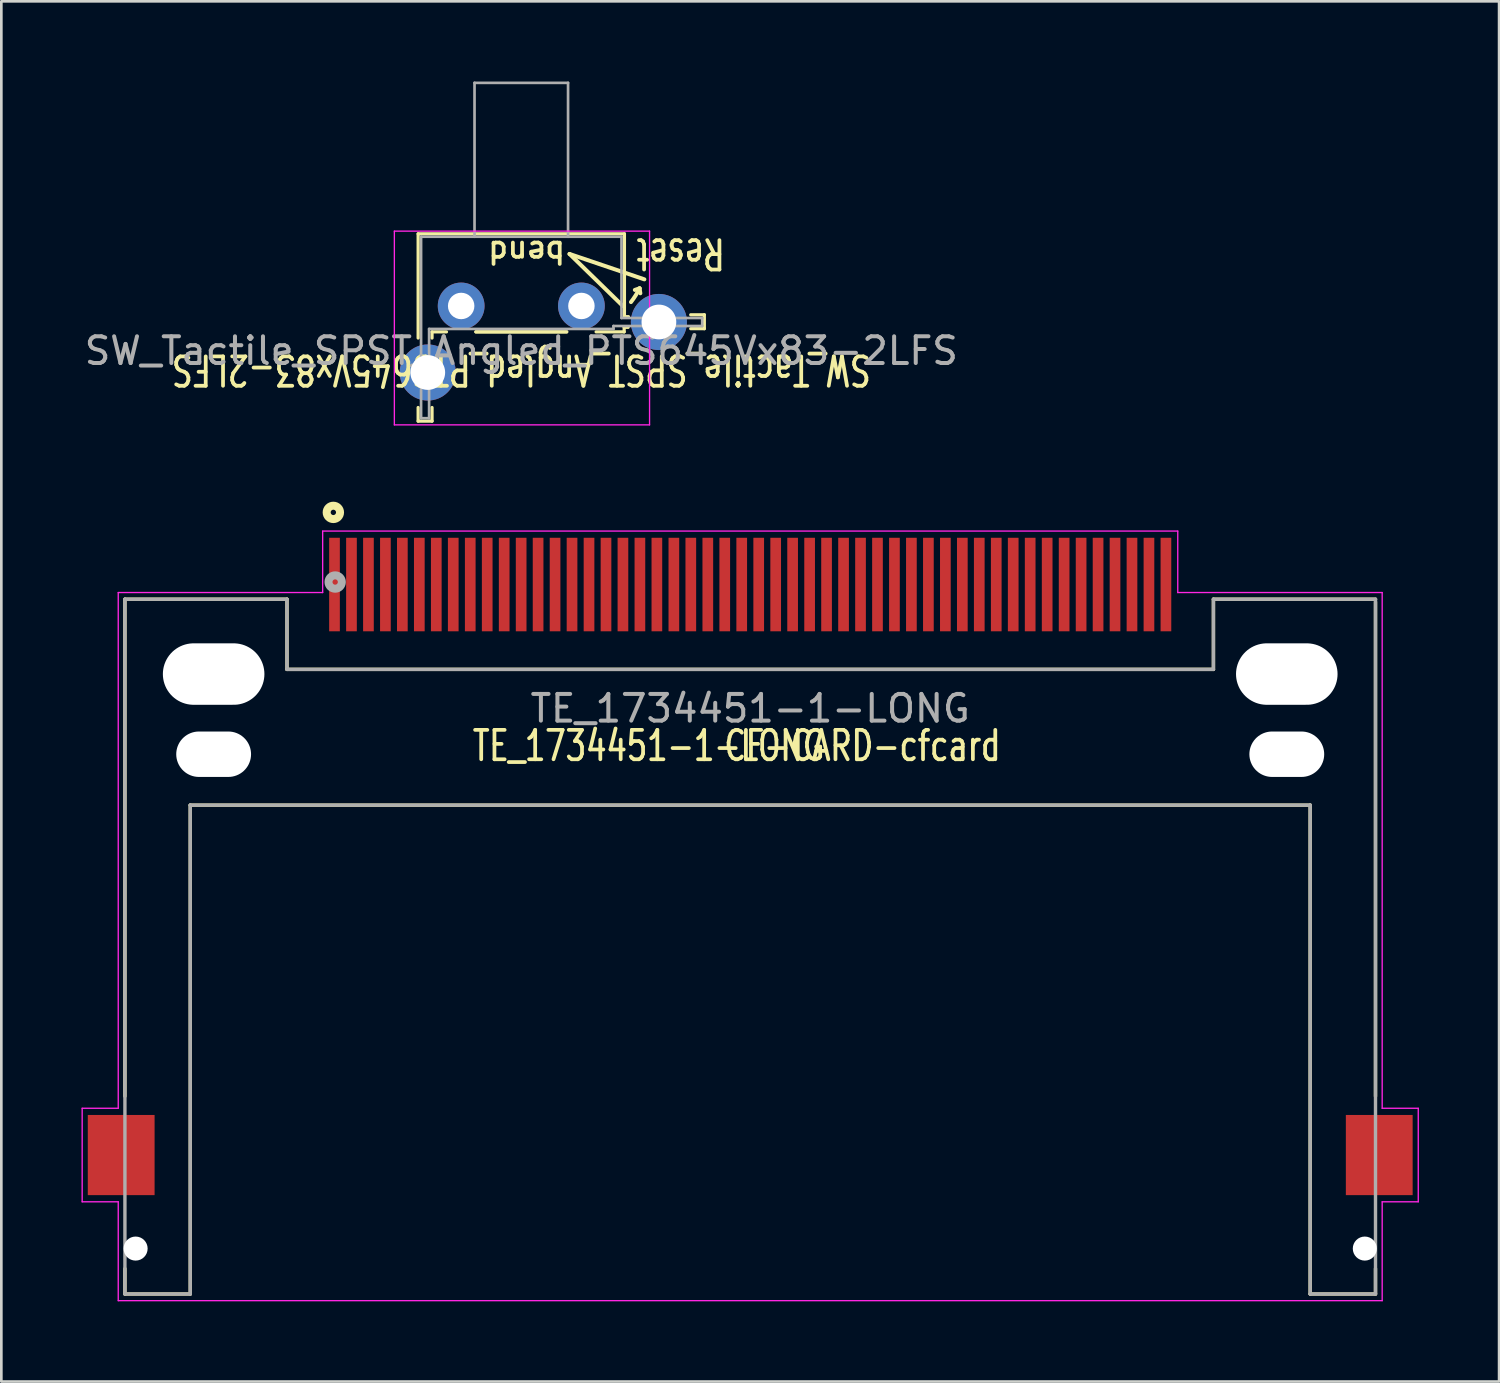
<source format=kicad_pcb>
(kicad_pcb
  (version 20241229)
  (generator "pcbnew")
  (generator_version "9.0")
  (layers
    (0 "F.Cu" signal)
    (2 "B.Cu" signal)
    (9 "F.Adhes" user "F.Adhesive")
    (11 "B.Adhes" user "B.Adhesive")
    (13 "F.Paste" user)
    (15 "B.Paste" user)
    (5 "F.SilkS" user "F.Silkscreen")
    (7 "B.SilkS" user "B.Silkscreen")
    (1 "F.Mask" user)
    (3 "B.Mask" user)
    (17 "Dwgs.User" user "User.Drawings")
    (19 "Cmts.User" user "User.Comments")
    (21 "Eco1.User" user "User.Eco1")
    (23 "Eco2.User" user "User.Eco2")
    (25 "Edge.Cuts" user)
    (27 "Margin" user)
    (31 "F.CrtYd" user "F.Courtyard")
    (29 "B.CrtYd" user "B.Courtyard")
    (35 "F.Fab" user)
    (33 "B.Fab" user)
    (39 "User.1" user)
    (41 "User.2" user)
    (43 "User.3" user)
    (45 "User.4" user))
  (footprint "SW_Tactile_SPST_Angled_PTS645Vx83-2LFS"
    (layer "F.Cu")
    (at 14.208 8.4)
    (property "Reference" "SW_Tactile_SPST_Angled_PTS645Vx83-2LFS" (at 2.25 2.388 180) (unlocked yes) (layer "F.SilkS") (effects (font (size 1.1 0.8) (thickness 0.14))))
    (attr through_hole)
    (fp_line (start -1.61 -2.7) (end -1.61 1.2) (stroke (width 0.12) (type solid)) (layer "F.SilkS"))
    (fp_line (start -1.61 -2.7) (end 6.11 -2.7) (stroke (width 0.12) (type solid)) (layer "F.SilkS"))
    (fp_line (start -1.61 3.8) (end -1.61 4.31) (stroke (width 0.12) (type solid)) (layer "F.SilkS"))
    (fp_line (start -1.61 4.31) (end -1.09 4.31) (stroke (width 0.12) (type solid)) (layer "F.SilkS"))
    (fp_line (start -1.09 0.97) (end -1.09 1.2) (stroke (width 0.12) (type solid)) (layer "F.SilkS"))
    (fp_line (start -1.09 0.97) (end -0.55 0.97) (stroke (width 0.12) (type solid)) (layer "F.SilkS"))
    (fp_line (start -1.09 3.8) (end -1.09 4.31) (stroke (width 0.12) (type solid)) (layer "F.SilkS"))
    (fp_line (start 0.55 0.97) (end 3.95 0.97) (stroke (width 0.12) (type solid)) (layer "F.SilkS"))
    (fp_line (start 0.55 0.97) (end 3.95 0.97) (stroke (width 0.12) (type solid)) (layer "F.SilkS"))
    (fp_line (start 4.055 -1.946) (end 6.055 0.004) (stroke (width 0.15) (type solid)) (layer "F.SilkS"))
    (fp_line (start 4.055 -1.946) (end 6.855 -0.996) (stroke (width 0.15) (type solid)) (layer "F.SilkS"))
    (fp_line (start 5.05 0.97) (end 6.1 0.97) (stroke (width 0.12) (type solid)) (layer "F.SilkS"))
    (fp_line (start 6.1 0.8) (end 6.1 0.97) (stroke (width 0.12) (type solid)) (layer "F.SilkS"))
    (fp_line (start 6.1 0.8) (end 6.25 0.8) (stroke (width 0.12) (type solid)) (layer "F.SilkS"))
    (fp_line (start 6.11 -2.7) (end 6.11 0.4) (stroke (width 0.12) (type solid)) (layer "F.SilkS"))
    (fp_line (start 6.11 0.4) (end 6.26 0.4) (stroke (width 0.12) (type solid)) (layer "F.SilkS"))
    (fp_line (start 6.677 -0.66) (end 6.5 -0.6) (stroke (width 0.15) (type solid)) (layer "F.SilkS"))
    (fp_line (start 6.677 -0.66) (end 6.705 -0.475) (stroke (width 0.15) (type solid)) (layer "F.SilkS"))
    (fp_line (start 8.59 0.33) (end 9.1 0.33) (stroke (width 0.12) (type solid)) (layer "F.SilkS"))
    (fp_line (start 8.59 0.85) (end 9.1 0.85) (stroke (width 0.12) (type solid)) (layer "F.SilkS"))
    (fp_line (start 9.1 0.85) (end 9.1 0.33) (stroke (width 0.12) (type solid)) (layer "F.SilkS"))
    (fp_arc (start 6.676795 -0.659689) (mid 6.529112 -0.394464) (end 6.354697 -0.146001) (stroke (width 0.15) (type solid)) (layer "F.SilkS"))
    (fp_line (start -2.5 -2.8) (end 7.05 -2.8) (stroke (width 0.05) (type solid)) (layer "F.CrtYd"))
    (fp_line (start -2.5 4.45) (end -2.5 -2.8) (stroke (width 0.05) (type solid)) (layer "F.CrtYd"))
    (fp_line (start 7.05 -2.8) (end 7.05 4.45) (stroke (width 0.05) (type solid)) (layer "F.CrtYd"))
    (fp_line (start 7.05 4.45) (end -2.5 4.45) (stroke (width 0.05) (type solid)) (layer "F.CrtYd"))
    (fp_line (start -1.5 -2.59) (end 6 -2.59) (stroke (width 0.1) (type solid)) (layer "F.Fab"))
    (fp_line (start -1.5 4.2) (end -1.5 -2.59) (stroke (width 0.1) (type solid)) (layer "F.Fab"))
    (fp_line (start -1.5 4.2) (end -1.2 4.2) (stroke (width 0.1) (type solid)) (layer "F.Fab"))
    (fp_line (start -1.2 0.86) (end 5.7 0.86) (stroke (width 0.1) (type solid)) (layer "F.Fab"))
    (fp_line (start -1.2 4.2) (end -1.2 0.86) (stroke (width 0.1) (type solid)) (layer "F.Fab"))
    (fp_line (start 0.5 -8.35) (end 0.5 -2.59) (stroke (width 0.1) (type solid)) (layer "F.Fab"))
    (fp_line (start 0.5 -8.35) (end 4 -8.35) (stroke (width 0.1) (type solid)) (layer "F.Fab"))
    (fp_line (start 4 -8.35) (end 4 -2.59) (stroke (width 0.1) (type solid)) (layer "F.Fab"))
    (fp_line (start 5.7 0.75) (end 5.7 0.86) (stroke (width 0.1) (type solid)) (layer "F.Fab"))
    (fp_line (start 6 0.45) (end 6 -2.59) (stroke (width 0.1) (type solid)) (layer "F.Fab"))
    (fp_line (start 6 0.45) (end 9.02 0.45) (stroke (width 0.1) (type solid)) (layer "F.Fab"))
    (fp_line (start 9.02 0.75) (end 5.7 0.75) (stroke (width 0.1) (type solid)) (layer "F.Fab"))
    (fp_line (start 9.02 0.75) (end 9.02 0.45) (stroke (width 0.1) (type solid)) (layer "F.Fab"))
    (fp_text user "bend" (at 2.45 -2.01 180) (unlocked yes) (layer "F.SilkS") (effects (font (size 0.8 0.8) (thickness 0.14))))
    (fp_text user "Reset" (at 8.217 -1.962 180) (unlocked yes) (layer "F.SilkS") (effects (font (size 1.1 0.8) (thickness 0.14))))
    (fp_text user "${REFERENCE}" (at 2.25 1.68 180) (layer "F.Fab") (effects (font (size 1 1) (thickness 0.15))))
    (pad "" thru_hole circle (at -1.25 2.49) (size 2.1 2.1) (drill 1.3) (layers "*.Cu" "*.Mask"))
    (pad "" thru_hole circle (at 7.4 0.6) (size 2.1 2.1) (drill 1.3) (layers "*.Cu" "*.Mask"))
    (pad "1" thru_hole circle (at 0 0) (size 1.75 1.75) (drill 0.99) (layers "*.Cu" "*.Mask"))
    (pad "2" thru_hole circle (at 4.5 0) (size 1.75 1.75) (drill 0.99) (layers "*.Cu" "*.Mask")))
  (footprint "TE_1734451-1-LONG"
    (layer "F.Cu")
    (at 25.025 18.825)
    (property "Reference" "TE_1734451-1-LONG" (at -3.8 6.037 0) (unlocked yes) (layer "F.SilkS") (effects (font (size 1.1 0.8) (thickness 0.14))))
    (property "Value" "CF-CARD-cfcard" (at 0 6.838 0) (layer "F.Fab") (hide yes) (effects (font (size 1 1) (thickness 0.15))))
    (fp_line (start -23.4 0.55) (end -23.4 19.15) (stroke (width 0.127) (type solid)) (layer "F.SilkS"))
    (fp_line (start -23.4 0.55) (end -17.335 0.55) (stroke (width 0.127) (type solid)) (layer "F.SilkS"))
    (fp_line (start -23.4 25.6) (end -23.4 26.55) (stroke (width 0.127) (type solid)) (layer "F.SilkS"))
    (fp_line (start -20.955 8.255) (end -20.955 26.55) (stroke (width 0.127) (type solid)) (layer "F.SilkS"))
    (fp_line (start -20.955 26.55) (end -23.4 26.55) (stroke (width 0.127) (type solid)) (layer "F.SilkS"))
    (fp_line (start -17.335 0.55) (end -17.335 3.175) (stroke (width 0.127) (type solid)) (layer "F.SilkS"))
    (fp_line (start -17.335 3.175) (end 17.335 3.175) (stroke (width 0.127) (type solid)) (layer "F.SilkS"))
    (fp_line (start 17.335 0.55) (end 23.4 0.55) (stroke (width 0.127) (type solid)) (layer "F.SilkS"))
    (fp_line (start 17.335 3.175) (end 17.335 0.55) (stroke (width 0.127) (type solid)) (layer "F.SilkS"))
    (fp_line (start 20.955 8.255) (end -20.955 8.255) (stroke (width 0.127) (type solid)) (layer "F.SilkS"))
    (fp_line (start 20.955 26.55) (end 20.955 8.255) (stroke (width 0.127) (type solid)) (layer "F.SilkS"))
    (fp_line (start 23.4 0.65) (end 23.4 19.15) (stroke (width 0.127) (type solid)) (layer "F.SilkS"))
    (fp_line (start 23.4 25.6) (end 23.4 26.55) (stroke (width 0.127) (type solid)) (layer "F.SilkS"))
    (fp_line (start 23.4 26.55) (end 20.955 26.55) (stroke (width 0.127) (type solid)) (layer "F.SilkS"))
    (fp_circle (center -15.6 -2.7) (end -15.5 -2.7) (stroke (width 0.3) (type solid)) (fill no) (layer "F.SilkS"))
    (fp_line (start -25 19.6) (end -25 23.1) (stroke (width 0.05) (type solid)) (layer "F.CrtYd"))
    (fp_line (start -25 23.1) (end -23.65 23.1) (stroke (width 0.05) (type solid)) (layer "F.CrtYd"))
    (fp_line (start -23.65 0.3) (end -16 0.3) (stroke (width 0.05) (type solid)) (layer "F.CrtYd"))
    (fp_line (start -23.65 19.6) (end -25 19.6) (stroke (width 0.05) (type solid)) (layer "F.CrtYd"))
    (fp_line (start -23.65 19.6) (end -23.65 0.3) (stroke (width 0.05) (type solid)) (layer "F.CrtYd"))
    (fp_line (start -23.65 26.8) (end -23.65 23.1) (stroke (width 0.05) (type solid)) (layer "F.CrtYd"))
    (fp_line (start -16 -2) (end 16 -2) (stroke (width 0.05) (type solid)) (layer "F.CrtYd"))
    (fp_line (start -16 0.3) (end -16 -2) (stroke (width 0.05) (type solid)) (layer "F.CrtYd"))
    (fp_line (start 16 -2) (end 16 0.3) (stroke (width 0.05) (type solid)) (layer "F.CrtYd"))
    (fp_line (start 16 0.3) (end 23.65 0.3) (stroke (width 0.05) (type solid)) (layer "F.CrtYd"))
    (fp_line (start 23.65 0.3) (end 23.65 19.6) (stroke (width 0.05) (type solid)) (layer "F.CrtYd"))
    (fp_line (start 23.65 19.6) (end 25 19.6) (stroke (width 0.05) (type solid)) (layer "F.CrtYd"))
    (fp_line (start 23.65 23.1) (end 23.65 26.8) (stroke (width 0.05) (type solid)) (layer "F.CrtYd"))
    (fp_line (start 23.65 26.8) (end -23.65 26.8) (stroke (width 0.05) (type solid)) (layer "F.CrtYd"))
    (fp_line (start 25 19.6) (end 25 23.1) (stroke (width 0.05) (type solid)) (layer "F.CrtYd"))
    (fp_line (start 25 23.1) (end 23.65 23.1) (stroke (width 0.05) (type solid)) (layer "F.CrtYd"))
    (fp_line (start -23.4 0.55) (end -17.335 0.55) (stroke (width 0.127) (type solid)) (layer "F.Fab"))
    (fp_line (start -23.4 26.55) (end -23.4 0.55) (stroke (width 0.127) (type solid)) (layer "F.Fab"))
    (fp_line (start -20.955 8.255) (end -20.955 26.55) (stroke (width 0.127) (type solid)) (layer "F.Fab"))
    (fp_line (start -20.955 26.55) (end -23.4 26.55) (stroke (width 0.127) (type solid)) (layer "F.Fab"))
    (fp_line (start -17.335 0.55) (end -17.335 3.175) (stroke (width 0.127) (type solid)) (layer "F.Fab"))
    (fp_line (start -17.335 3.175) (end 17.335 3.175) (stroke (width 0.127) (type solid)) (layer "F.Fab"))
    (fp_line (start 17.335 0.55) (end 23.4 0.55) (stroke (width 0.127) (type solid)) (layer "F.Fab"))
    (fp_line (start 17.335 3.175) (end 17.335 0.55) (stroke (width 0.127) (type solid)) (layer "F.Fab"))
    (fp_line (start 20.955 8.255) (end -20.955 8.255) (stroke (width 0.127) (type solid)) (layer "F.Fab"))
    (fp_line (start 20.955 26.55) (end 20.955 8.255) (stroke (width 0.127) (type solid)) (layer "F.Fab"))
    (fp_line (start 23.4 0.55) (end 23.4 26.55) (stroke (width 0.127) (type solid)) (layer "F.Fab"))
    (fp_line (start 23.4 26.55) (end 20.955 26.55) (stroke (width 0.127) (type solid)) (layer "F.Fab"))
    (fp_circle (center -15.532 -0.094) (end -15.432 -0.094) (stroke (width 0.3) (type solid)) (fill no) (layer "F.Fab"))
    (fp_text user "${VALUE}" (at 4.2 6.037 0) (unlocked yes) (layer "F.SilkS") (effects (font (size 1.1 0.8) (thickness 0.14))))
    (fp_text user "${REFERENCE}" (at 0 4.638 0) (layer "F.Fab") (effects (font (size 1 1) (thickness 0.15))))
    (pad "" np_thru_hole circle (at -23 24.85) (size 0.9 0.9) (drill 0.9) (layers "*.Cu" "*.Mask"))
    (pad "" np_thru_hole oval (at -20.08 3.35) (size 3.8 2.3) (drill oval 3.8 2.3) (layers "*.Cu" "*.Mask"))
    (pad "" np_thru_hole oval (at -20.08 6.35) (size 2.8 1.7) (drill oval 2.8 1.7) (layers "*.Cu" "*.Mask"))
    (pad "" np_thru_hole oval (at 20.08 3.35) (size 3.8 2.3) (drill oval 3.8 2.3) (layers "*.Cu" "*.Mask"))
    (pad "" np_thru_hole oval (at 20.08 6.35) (size 2.8 1.7) (drill oval 2.8 1.7) (layers "*.Cu" "*.Mask"))
    (pad "" np_thru_hole circle (at 23 24.85) (size 0.9 0.9) (drill 0.9) (layers "*.Cu" "*.Mask"))
    (pad "1" smd rect (at -15.557 0) (size 0.4 3.5) (layers "F.Cu" "F.Mask" "F.Paste"))
    (pad "2" smd rect (at -14.287 0) (size 0.4 3.5) (layers "F.Cu" "F.Mask" "F.Paste"))
    (pad "3" smd rect (at -13.018 0) (size 0.4 3.5) (layers "F.Cu" "F.Mask" "F.Paste"))
    (pad "4" smd rect (at -11.748 0) (size 0.4 3.5) (layers "F.Cu" "F.Mask" "F.Paste"))
    (pad "5" smd rect (at -10.477 0) (size 0.4 3.5) (layers "F.Cu" "F.Mask" "F.Paste"))
    (pad "6" smd rect (at -9.207 0) (size 0.4 3.5) (layers "F.Cu" "F.Mask" "F.Paste"))
    (pad "7" smd rect (at -7.938 0) (size 0.4 3.5) (layers "F.Cu" "F.Mask" "F.Paste"))
    (pad "8" smd rect (at -6.668 0) (size 0.4 3.5) (layers "F.Cu" "F.Mask" "F.Paste"))
    (pad "9" smd rect (at -5.397 0) (size 0.4 3.5) (layers "F.Cu" "F.Mask" "F.Paste"))
    (pad "10" smd rect (at -4.128 0) (size 0.4 3.5) (layers "F.Cu" "F.Mask" "F.Paste"))
    (pad "11" smd rect (at -2.857 0) (size 0.4 3.5) (layers "F.Cu" "F.Mask" "F.Paste"))
    (pad "12" smd rect (at -1.587 0) (size 0.4 3.5) (layers "F.Cu" "F.Mask" "F.Paste"))
    (pad "13" smd rect (at -0.318 0) (size 0.4 3.5) (layers "F.Cu" "F.Mask" "F.Paste"))
    (pad "14" smd rect (at 0.953 0) (size 0.4 3.5) (layers "F.Cu" "F.Mask" "F.Paste"))
    (pad "15" smd rect (at 2.223 0) (size 0.4 3.5) (layers "F.Cu" "F.Mask" "F.Paste"))
    (pad "16" smd rect (at 3.493 0) (size 0.4 3.5) (layers "F.Cu" "F.Mask" "F.Paste"))
    (pad "17" smd rect (at 4.763 0) (size 0.4 3.5) (layers "F.Cu" "F.Mask" "F.Paste"))
    (pad "18" smd rect (at 6.032 0) (size 0.4 3.5) (layers "F.Cu" "F.Mask" "F.Paste"))
    (pad "19" smd rect (at 7.303 0) (size 0.4 3.5) (layers "F.Cu" "F.Mask" "F.Paste"))
    (pad "20" smd rect (at 8.572 0) (size 0.4 3.5) (layers "F.Cu" "F.Mask" "F.Paste"))
    (pad "21" smd rect (at 9.842 0) (size 0.4 3.5) (layers "F.Cu" "F.Mask" "F.Paste"))
    (pad "22" smd rect (at 11.113 0) (size 0.4 3.5) (layers "F.Cu" "F.Mask" "F.Paste"))
    (pad "23" smd rect (at 12.383 0) (size 0.4 3.5) (layers "F.Cu" "F.Mask" "F.Paste"))
    (pad "24" smd rect (at 13.652 0) (size 0.4 3.5) (layers "F.Cu" "F.Mask" "F.Paste"))
    (pad "25" smd rect (at 14.922 0) (size 0.4 3.5) (layers "F.Cu" "F.Mask" "F.Paste"))
    (pad "26" smd rect (at -14.922 0) (size 0.4 3.5) (layers "F.Cu" "F.Mask" "F.Paste"))
    (pad "27" smd rect (at -13.652 0) (size 0.4 3.5) (layers "F.Cu" "F.Mask" "F.Paste"))
    (pad "28" smd rect (at -12.383 0) (size 0.4 3.5) (layers "F.Cu" "F.Mask" "F.Paste"))
    (pad "29" smd rect (at -11.113 0) (size 0.4 3.5) (layers "F.Cu" "F.Mask" "F.Paste"))
    (pad "30" smd rect (at -9.842 0) (size 0.4 3.5) (layers "F.Cu" "F.Mask" "F.Paste"))
    (pad "31" smd rect (at -8.572 0) (size 0.4 3.5) (layers "F.Cu" "F.Mask" "F.Paste"))
    (pad "32" smd rect (at -7.303 0) (size 0.4 3.5) (layers "F.Cu" "F.Mask" "F.Paste"))
    (pad "33" smd rect (at -6.032 0) (size 0.4 3.5) (layers "F.Cu" "F.Mask" "F.Paste"))
    (pad "34" smd rect (at -4.763 0) (size 0.4 3.5) (layers "F.Cu" "F.Mask" "F.Paste"))
    (pad "35" smd rect (at -3.493 0) (size 0.4 3.5) (layers "F.Cu" "F.Mask" "F.Paste"))
    (pad "36" smd rect (at -2.223 0) (size 0.4 3.5) (layers "F.Cu" "F.Mask" "F.Paste"))
    (pad "37" smd rect (at -0.953 0) (size 0.4 3.5) (layers "F.Cu" "F.Mask" "F.Paste"))
    (pad "38" smd rect (at 0.318 0) (size 0.4 3.5) (layers "F.Cu" "F.Mask" "F.Paste"))
    (pad "39" smd rect (at 1.587 0) (size 0.4 3.5) (layers "F.Cu" "F.Mask" "F.Paste"))
    (pad "40" smd rect (at 2.857 0) (size 0.4 3.5) (layers "F.Cu" "F.Mask" "F.Paste"))
    (pad "41" smd rect (at 4.128 0) (size 0.4 3.5) (layers "F.Cu" "F.Mask" "F.Paste"))
    (pad "42" smd rect (at 5.397 0) (size 0.4 3.5) (layers "F.Cu" "F.Mask" "F.Paste"))
    (pad "43" smd rect (at 6.668 0) (size 0.4 3.5) (layers "F.Cu" "F.Mask" "F.Paste"))
    (pad "44" smd rect (at 7.938 0) (size 0.4 3.5) (layers "F.Cu" "F.Mask" "F.Paste"))
    (pad "45" smd rect (at 9.207 0) (size 0.4 3.5) (layers "F.Cu" "F.Mask" "F.Paste"))
    (pad "46" smd rect (at 10.477 0) (size 0.4 3.5) (layers "F.Cu" "F.Mask" "F.Paste"))
    (pad "47" smd rect (at 11.748 0) (size 0.4 3.5) (layers "F.Cu" "F.Mask" "F.Paste"))
    (pad "48" smd rect (at 13.018 0) (size 0.4 3.5) (layers "F.Cu" "F.Mask" "F.Paste"))
    (pad "49" smd rect (at 14.287 0) (size 0.4 3.5) (layers "F.Cu" "F.Mask" "F.Paste"))
    (pad "50" smd rect (at 15.557 0) (size 0.4 3.5) (layers "F.Cu" "F.Mask" "F.Paste"))
    (pad "S1" smd rect (at -23.54 21.35) (size 2.5 3) (layers "F.Cu" "F.Mask" "F.Paste"))
    (pad "S2" smd rect (at 23.54 21.35) (size 2.5 3) (layers "F.Cu" "F.Mask" "F.Paste")))
  (gr_rect
    (start -3 -3)
    (end 53.05 48.65)
    (stroke (width 0.1) (type default))
    (fill no)
    (layer "Edge.Cuts")))
</source>
